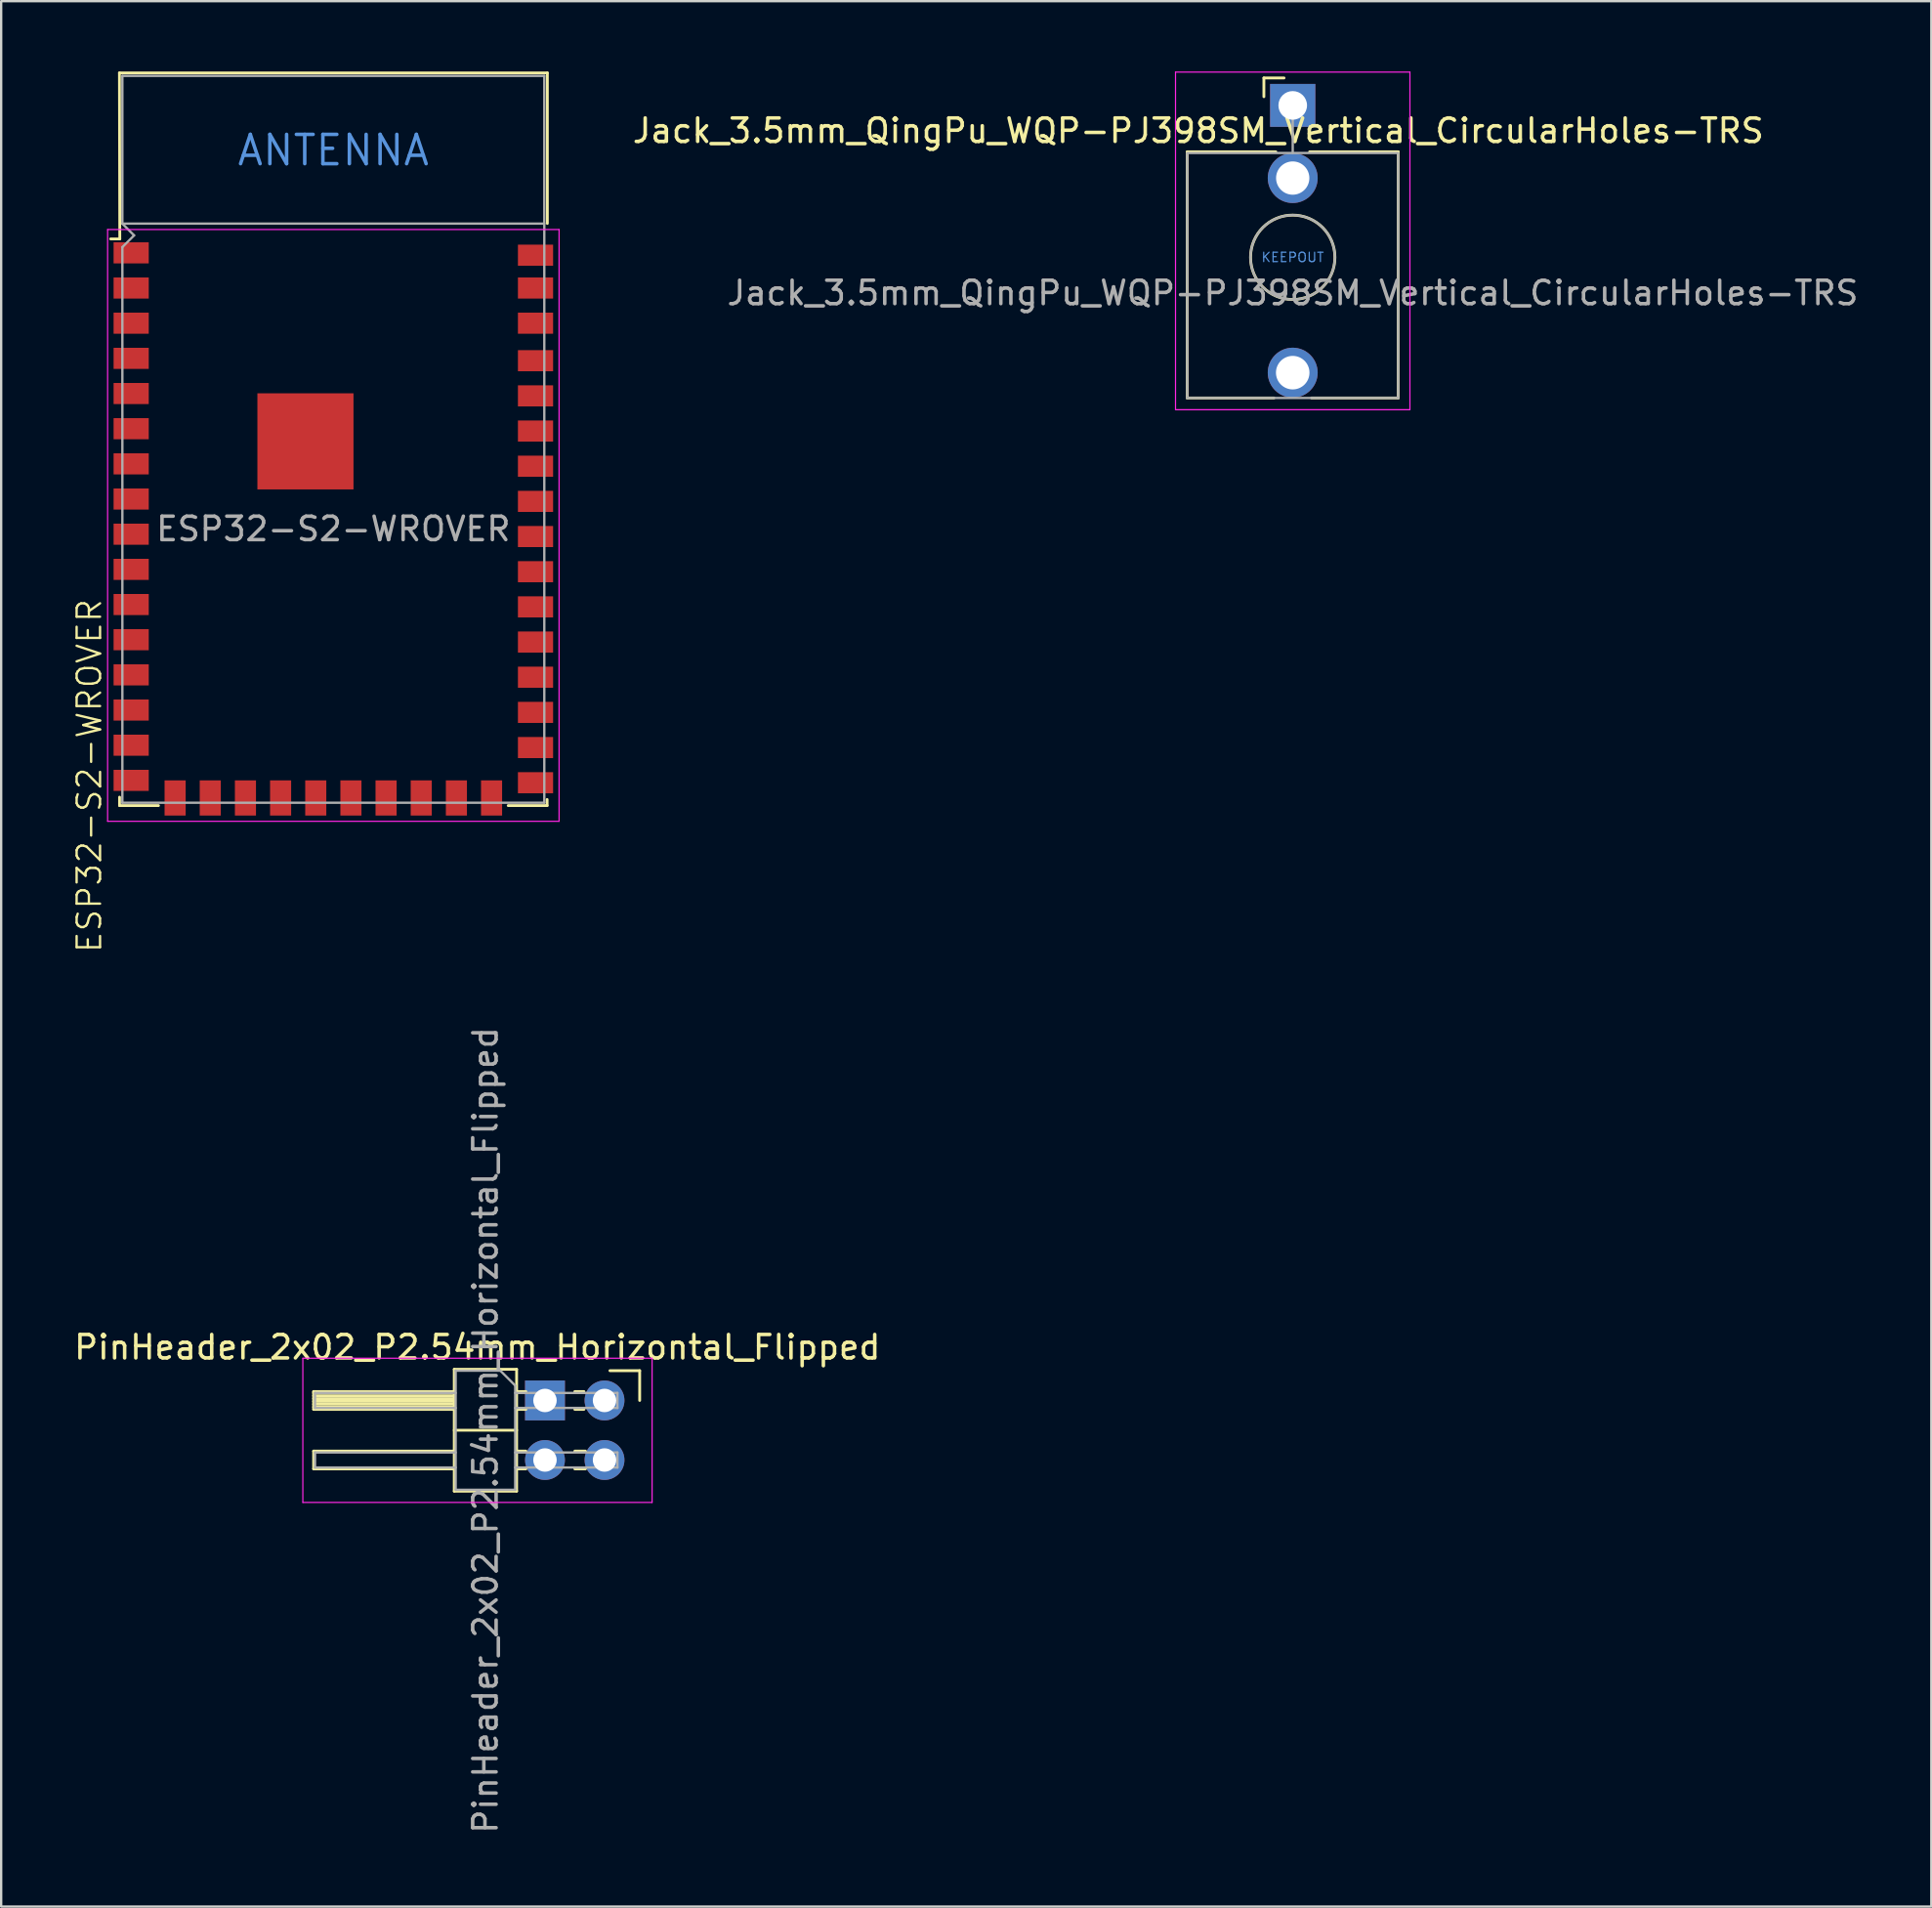
<source format=kicad_pcb>
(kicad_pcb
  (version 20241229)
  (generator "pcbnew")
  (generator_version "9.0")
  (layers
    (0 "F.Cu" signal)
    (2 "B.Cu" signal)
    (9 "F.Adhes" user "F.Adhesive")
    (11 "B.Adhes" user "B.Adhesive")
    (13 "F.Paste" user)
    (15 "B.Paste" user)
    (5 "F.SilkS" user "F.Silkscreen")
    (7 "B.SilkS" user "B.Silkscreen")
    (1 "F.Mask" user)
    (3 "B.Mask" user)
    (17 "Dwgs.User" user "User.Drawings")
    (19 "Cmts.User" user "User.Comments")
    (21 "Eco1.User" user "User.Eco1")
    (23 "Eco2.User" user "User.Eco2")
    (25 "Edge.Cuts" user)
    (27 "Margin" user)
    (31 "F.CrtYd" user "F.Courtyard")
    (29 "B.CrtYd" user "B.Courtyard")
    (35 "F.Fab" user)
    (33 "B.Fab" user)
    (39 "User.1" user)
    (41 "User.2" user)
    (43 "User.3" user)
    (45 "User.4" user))
  (footprint "PinHeader_2x02_P2.54mm_Horizontal_Flipped"
    (layer "F.Cu")
    (at 20.2 56.683)
    (property "Reference" "PinHeader_2x02_P2.54mm_Horizontal_Flipped" (at -2.885 -2.27 180) (layer "F.SilkS") (effects (font (size 1 1) (thickness 0.15))))
    (attr through_hole)
    (fp_line (start -9.87 -0.38) (end -9.87 0.38) (stroke (width 0.12) (type solid)) (layer "F.SilkS"))
    (fp_line (start -9.87 0.38) (end -3.87 0.38) (stroke (width 0.12) (type solid)) (layer "F.SilkS"))
    (fp_line (start -9.87 2.16) (end -9.87 2.92) (stroke (width 0.12) (type solid)) (layer "F.SilkS"))
    (fp_line (start -9.87 2.92) (end -3.87 2.92) (stroke (width 0.12) (type solid)) (layer "F.SilkS"))
    (fp_line (start -3.87 -1.33) (end -1.21 -1.33) (stroke (width 0.12) (type solid)) (layer "F.SilkS"))
    (fp_line (start -3.87 -0.38) (end -9.87 -0.38) (stroke (width 0.12) (type solid)) (layer "F.SilkS"))
    (fp_line (start -3.87 -0.32) (end -9.87 -0.32) (stroke (width 0.12) (type solid)) (layer "F.SilkS"))
    (fp_line (start -3.87 -0.2) (end -9.87 -0.2) (stroke (width 0.12) (type solid)) (layer "F.SilkS"))
    (fp_line (start -3.87 -0.08) (end -9.87 -0.08) (stroke (width 0.12) (type solid)) (layer "F.SilkS"))
    (fp_line (start -3.87 0.04) (end -9.87 0.04) (stroke (width 0.12) (type solid)) (layer "F.SilkS"))
    (fp_line (start -3.87 0.16) (end -9.87 0.16) (stroke (width 0.12) (type solid)) (layer "F.SilkS"))
    (fp_line (start -3.87 0.28) (end -9.87 0.28) (stroke (width 0.12) (type solid)) (layer "F.SilkS"))
    (fp_line (start -3.87 2.16) (end -9.87 2.16) (stroke (width 0.12) (type solid)) (layer "F.SilkS"))
    (fp_line (start -3.87 3.87) (end -3.87 -1.33) (stroke (width 0.12) (type solid)) (layer "F.SilkS"))
    (fp_line (start -1.21 -1.33) (end -1.21 3.87) (stroke (width 0.12) (type solid)) (layer "F.SilkS"))
    (fp_line (start -1.21 1.27) (end -3.87 1.27) (stroke (width 0.12) (type solid)) (layer "F.SilkS"))
    (fp_line (start -1.21 3.87) (end -3.87 3.87) (stroke (width 0.12) (type solid)) (layer "F.SilkS"))
    (fp_line (start -0.813 -0.38) (end -1.21 -0.38) (stroke (width 0.12) (type solid)) (layer "F.SilkS"))
    (fp_line (start -0.813 0.38) (end -1.21 0.38) (stroke (width 0.12) (type solid)) (layer "F.SilkS"))
    (fp_line (start -0.813 2.16) (end -1.21 2.16) (stroke (width 0.12) (type solid)) (layer "F.SilkS"))
    (fp_line (start -0.813 2.92) (end -1.21 2.92) (stroke (width 0.12) (type solid)) (layer "F.SilkS"))
    (fp_line (start 1.66 -0.38) (end 1.273 -0.38) (stroke (width 0.12) (type solid)) (layer "F.SilkS"))
    (fp_line (start 1.66 0.38) (end 1.273 0.38) (stroke (width 0.12) (type solid)) (layer "F.SilkS"))
    (fp_line (start 1.727 2.16) (end 1.273 2.16) (stroke (width 0.12) (type solid)) (layer "F.SilkS"))
    (fp_line (start 1.727 2.92) (end 1.273 2.92) (stroke (width 0.12) (type solid)) (layer "F.SilkS"))
    (fp_line (start 4.04 -1.27) (end 2.77 -1.27) (stroke (width 0.12) (type solid)) (layer "F.SilkS"))
    (fp_line (start 4.04 0) (end 4.04 -1.27) (stroke (width 0.12) (type solid)) (layer "F.SilkS"))
    (fp_line (start -10.33 -1.8) (end 4.57 -1.8) (stroke (width 0.05) (type solid)) (layer "F.CrtYd"))
    (fp_line (start -10.33 4.35) (end -10.33 -1.8) (stroke (width 0.05) (type solid)) (layer "F.CrtYd"))
    (fp_line (start 4.57 -1.8) (end 4.57 4.35) (stroke (width 0.05) (type solid)) (layer "F.CrtYd"))
    (fp_line (start 4.57 4.35) (end -10.33 4.35) (stroke (width 0.05) (type solid)) (layer "F.CrtYd"))
    (fp_line (start -9.81 -0.32) (end -9.81 0.32) (stroke (width 0.1) (type solid)) (layer "F.Fab"))
    (fp_line (start -9.81 2.22) (end -9.81 2.86) (stroke (width 0.1) (type solid)) (layer "F.Fab"))
    (fp_line (start -3.81 -1.27) (end -3.81 3.81) (stroke (width 0.1) (type solid)) (layer "F.Fab"))
    (fp_line (start -3.81 -0.32) (end -9.81 -0.32) (stroke (width 0.1) (type solid)) (layer "F.Fab"))
    (fp_line (start -3.81 0.32) (end -9.81 0.32) (stroke (width 0.1) (type solid)) (layer "F.Fab"))
    (fp_line (start -3.81 2.22) (end -9.81 2.22) (stroke (width 0.1) (type solid)) (layer "F.Fab"))
    (fp_line (start -3.81 2.86) (end -9.81 2.86) (stroke (width 0.1) (type solid)) (layer "F.Fab"))
    (fp_line (start -3.81 3.81) (end -1.27 3.81) (stroke (width 0.1) (type solid)) (layer "F.Fab"))
    (fp_line (start -1.905 -1.27) (end -3.81 -1.27) (stroke (width 0.1) (type solid)) (layer "F.Fab"))
    (fp_line (start -1.27 -0.635) (end -1.905 -1.27) (stroke (width 0.1) (type solid)) (layer "F.Fab"))
    (fp_line (start -1.27 3.81) (end -1.27 -0.635) (stroke (width 0.1) (type solid)) (layer "F.Fab"))
    (fp_line (start 3.09 -0.32) (end -1.27 -0.32) (stroke (width 0.1) (type solid)) (layer "F.Fab"))
    (fp_line (start 3.09 -0.32) (end 3.09 0.32) (stroke (width 0.1) (type solid)) (layer "F.Fab"))
    (fp_line (start 3.09 0.32) (end -1.27 0.32) (stroke (width 0.1) (type solid)) (layer "F.Fab"))
    (fp_line (start 3.09 2.22) (end -1.27 2.22) (stroke (width 0.1) (type solid)) (layer "F.Fab"))
    (fp_line (start 3.09 2.22) (end 3.09 2.86) (stroke (width 0.1) (type solid)) (layer "F.Fab"))
    (fp_line (start 3.09 2.86) (end -1.27 2.86) (stroke (width 0.1) (type solid)) (layer "F.Fab"))
    (fp_text user "${REFERENCE}" (at -2.54 1.27 90) (layer "F.Fab") (effects (font (size 1 1) (thickness 0.15))))
    (pad "1" thru_hole rect (at 0 0) (size 1.7 1.7) (drill 1) (layers "*.Cu" "*.Mask"))
    (pad "2" thru_hole oval (at 2.54 0) (size 1.7 1.7) (drill 1) (layers "*.Cu" "*.Mask"))
    (pad "3" thru_hole oval (at 0 2.54) (size 1.7 1.7) (drill 1) (layers "*.Cu" "*.Mask"))
    (pad "4" thru_hole oval (at 2.54 2.54) (size 1.7 1.7) (drill 1) (layers "*.Cu" "*.Mask")))
  (footprint "Jack_3.5mm_QingPu_WQP-PJ398SM_Vertical_CircularHoles-TRS"
    (layer "F.Cu")
    (at 52.1 1.445)
    (property "Reference" "Jack_3.5mm_QingPu_WQP-PJ398SM_Vertical_CircularHoles-TRS" (at -4.03 1.08 180) (layer "F.SilkS") (effects (font (size 1 1) (thickness 0.15))))
    (attr through_hole)
    (fp_line (start -4.5 1.98) (end -4.5 12.48) (stroke (width 0.12) (type solid)) (layer "F.SilkS"))
    (fp_line (start -1.23 -1.17) (end -1.23 -0.37) (stroke (width 0.12) (type solid)) (layer "F.SilkS"))
    (fp_line (start -1.23 -1.17) (end -0.37 -1.17) (stroke (width 0.12) (type solid)) (layer "F.SilkS"))
    (fp_line (start -0.8 12.48) (end -4.5 12.48) (stroke (width 0.12) (type solid)) (layer "F.SilkS"))
    (fp_line (start -0.72 1.98) (end -4.5 1.98) (stroke (width 0.12) (type solid)) (layer "F.SilkS"))
    (fp_line (start 4.5 1.98) (end 0.72 1.98) (stroke (width 0.12) (type solid)) (layer "F.SilkS"))
    (fp_line (start 4.5 1.98) (end 4.5 12.48) (stroke (width 0.12) (type solid)) (layer "F.SilkS"))
    (fp_line (start 4.5 12.48) (end 0.8 12.48) (stroke (width 0.12) (type solid)) (layer "F.SilkS"))
    (fp_circle (center 0 6.48) (end 1.8 6.48) (stroke (width 0.12) (type solid)) (fill no) (layer "F.SilkS"))
    (fp_line (start -5 12.98) (end -5 -1.42) (stroke (width 0.05) (type solid)) (layer "F.CrtYd"))
    (fp_line (start 5 -1.42) (end -5 -1.42) (stroke (width 0.05) (type solid)) (layer "F.CrtYd"))
    (fp_line (start 5 12.98) (end -5 12.98) (stroke (width 0.05) (type solid)) (layer "F.CrtYd"))
    (fp_line (start 5 12.98) (end 5 -1.42) (stroke (width 0.05) (type solid)) (layer "F.CrtYd"))
    (fp_line (start -4.5 12.48) (end -4.5 2.08) (stroke (width 0.1) (type solid)) (layer "F.Fab"))
    (fp_line (start 0 0) (end 0 2.03) (stroke (width 0.1) (type solid)) (layer "F.Fab"))
    (fp_line (start 4.5 2.03) (end -4.5 2.03) (stroke (width 0.1) (type solid)) (layer "F.Fab"))
    (fp_line (start 4.5 12.48) (end -4.5 12.48) (stroke (width 0.1) (type solid)) (layer "F.Fab"))
    (fp_line (start 4.5 12.48) (end 4.5 2.08) (stroke (width 0.1) (type solid)) (layer "F.Fab"))
    (fp_circle (center 0 6.48) (end 1.8 6.48) (stroke (width 0.1) (type solid)) (fill no) (layer "F.Fab"))
    (fp_text user "KEEPOUT" (at 0 6.48 0) (layer "Cmts.User") (effects (font (size 0.4 0.4) (thickness 0.051))))
    (fp_text user "${REFERENCE}" (at 0 8 180) (layer "F.Fab") (effects (font (size 1 1) (thickness 0.15))))
    (pad "R" thru_hole circle (at 0 3.1 180) (size 2.13 2.13) (drill 1.42) (layers "*.Cu" "*.Mask"))
    (pad "S" thru_hole rect (at 0 0 180) (size 1.93 1.83) (drill 1.22) (layers "*.Cu" "*.Mask"))
    (pad "T" thru_hole circle (at 0 11.4 180) (size 2.13 2.13) (drill 1.43) (layers "*.Cu" "*.Mask"))
    (zone (net_name "") (layer "F.Cu") (hatch full 0.508) (connect_pads) (min_thickness 0.254) (filled_areas_thickness no) (keepout (tracks not_allowed) (vias not_allowed) (pads not_allowed) (copperpour not_allowed) (footprints not_allowed)) (placement (enabled no)) (fill) (polygon (pts (xy 53.605 7.925) (xy 53.584 7.679) (xy 53.524 7.44) (xy 53.426 7.214) (xy 53.292 7.007) (xy 53.126 6.824) (xy 52.932 6.671) (xy 52.717 6.552) (xy 52.484 6.47) (xy 52.241 6.427) (xy 51.995 6.424) (xy 51.751 6.461) (xy 51.516 6.537) (xy 51.297 6.651) (xy 51.1 6.799) (xy 50.93 6.978) (xy 50.791 7.182) (xy 50.687 7.405) (xy 50.621 7.643) (xy 50.595 7.888) (xy 50.609 8.134) (xy 50.663 8.375) (xy 50.756 8.604) (xy 50.885 8.814) (xy 51.046 9) (xy 51.236 9.158) (xy 51.449 9.282) (xy 51.68 9.37) (xy 51.921 9.42) (xy 52.168 9.429) (xy 52.412 9.397) (xy 52.649 9.326) (xy 52.87 9.218) (xy 53.071 9.075) (xy 53.246 8.901) (xy 53.39 8.7) (xy 53.499 8.479) (xy 53.571 8.243) (xy 53.603 7.999)))))
  (footprint "ESP32-S2-WROVER"
    (layer "F.Cu")
    (at 11.171 19.51)
    (property "Reference" "ESP32-S2-WROVER" (at -10.41 10.53 90) (layer "F.SilkS") (effects (font (size 1 1) (thickness 0.1))))
    (attr smd)
    (fp_line (start -9.125 -19.45) (end 9.13 -19.45) (stroke (width 0.12) (type solid)) (layer "F.SilkS"))
    (fp_line (start -9.12 11.44) (end -9.12 11.8) (stroke (width 0.12) (type solid)) (layer "F.SilkS"))
    (fp_line (start -9.12 11.8) (end -7.46 11.8) (stroke (width 0.12) (type solid)) (layer "F.SilkS"))
    (fp_line (start -9.11 -12.37) (end -9.5 -12.37) (stroke (width 0.12) (type solid)) (layer "F.SilkS"))
    (fp_line (start -9.11 -12.37) (end -9.125 -19.45) (stroke (width 0.12) (type solid)) (layer "F.SilkS"))
    (fp_line (start 9.12 11.54) (end 9.12 11.8) (stroke (width 0.12) (type solid)) (layer "F.SilkS"))
    (fp_line (start 9.12 11.8) (end 7.46 11.8) (stroke (width 0.12) (type solid)) (layer "F.SilkS"))
    (fp_line (start 9.13 -13.03) (end 9.13 -19.45) (stroke (width 0.12) (type solid)) (layer "F.SilkS"))
    (fp_line (start -9.63 -12.77) (end -9.63 12.47) (stroke (width 0.05) (type solid)) (layer "F.CrtYd"))
    (fp_line (start -9.63 12.47) (end 9.63 12.47) (stroke (width 0.05) (type solid)) (layer "F.CrtYd"))
    (fp_line (start 9.63 -12.77) (end -9.63 -12.77) (stroke (width 0.05) (type solid)) (layer "F.CrtYd"))
    (fp_line (start 9.63 12.47) (end 9.63 -12.77) (stroke (width 0.05) (type solid)) (layer "F.CrtYd"))
    (fp_line (start -9 -19.323) (end 9 -19.323) (stroke (width 0.1) (type solid)) (layer "F.Fab"))
    (fp_line (start -9 -19.32) (end -9 -13.02) (stroke (width 0.1) (type solid)) (layer "F.Fab"))
    (fp_line (start -9 -12.02) (end -9 11.68) (stroke (width 0.1) (type solid)) (layer "F.Fab"))
    (fp_line (start -9 -12.02) (end -8.5 -12.52) (stroke (width 0.1) (type solid)) (layer "F.Fab"))
    (fp_line (start -9 11.68) (end 9 11.68) (stroke (width 0.1) (type solid)) (layer "F.Fab"))
    (fp_line (start -8.5 -12.52) (end -9 -13.02) (stroke (width 0.1) (type solid)) (layer "F.Fab"))
    (fp_line (start 9 -19.32) (end 9 11.68) (stroke (width 0.1) (type solid)) (layer "F.Fab"))
    (fp_line (start 9 -13.023) (end -9 -13.023) (stroke (width 0.1) (type solid)) (layer "F.Fab"))
    (fp_text user "ANTENNA" (at 0 -16.15 180) (layer "Cmts.User") (effects (font (size 1.25 1.25) (thickness 0.15))))
    (fp_text user "${REFERENCE}" (at 0 0 180) (layer "F.Fab") (effects (font (size 1 1) (thickness 0.15))))
    (pad "1" smd rect (at -8.625 -11.775) (size 1.5 0.9) (layers "F.Cu" "F.Mask" "F.Paste"))
    (pad "2" smd rect (at -8.625 -10.275) (size 1.5 0.9) (layers "F.Cu" "F.Mask" "F.Paste"))
    (pad "3" smd rect (at -8.625 -8.775) (size 1.5 0.9) (layers "F.Cu" "F.Mask" "F.Paste"))
    (pad "4" smd rect (at -8.625 -7.275) (size 1.5 0.9) (layers "F.Cu" "F.Mask" "F.Paste"))
    (pad "5" smd rect (at -8.625 -5.775) (size 1.5 0.9) (layers "F.Cu" "F.Mask" "F.Paste"))
    (pad "6" smd rect (at -8.625 -4.275) (size 1.5 0.9) (layers "F.Cu" "F.Mask" "F.Paste"))
    (pad "7" smd rect (at -8.625 -2.775) (size 1.5 0.9) (layers "F.Cu" "F.Mask" "F.Paste"))
    (pad "8" smd rect (at -8.625 -1.275) (size 1.5 0.9) (layers "F.Cu" "F.Mask" "F.Paste"))
    (pad "9" smd rect (at -8.625 0.225) (size 1.5 0.9) (layers "F.Cu" "F.Mask" "F.Paste"))
    (pad "10" smd rect (at -8.625 1.725) (size 1.5 0.9) (layers "F.Cu" "F.Mask" "F.Paste"))
    (pad "11" smd rect (at -8.625 3.225) (size 1.5 0.9) (layers "F.Cu" "F.Mask" "F.Paste"))
    (pad "12" smd rect (at -8.625 4.725) (size 1.5 0.9) (layers "F.Cu" "F.Mask" "F.Paste"))
    (pad "13" smd rect (at -8.625 6.225) (size 1.5 0.9) (layers "F.Cu" "F.Mask" "F.Paste"))
    (pad "14" smd rect (at -8.625 7.725) (size 1.5 0.9) (layers "F.Cu" "F.Mask" "F.Paste"))
    (pad "15" smd rect (at -8.625 9.225 180) (size 1.5 0.9) (layers "F.Cu" "F.Mask" "F.Paste"))
    (pad "16" smd rect (at -8.625 10.725 180) (size 1.5 0.9) (layers "F.Cu" "F.Mask" "F.Paste"))
    (pad "17" smd rect (at -6.75 11.475) (size 0.9 1.5) (layers "F.Cu" "F.Mask" "F.Paste"))
    (pad "18" smd rect (at -5.25 11.475) (size 0.9 1.5) (layers "F.Cu" "F.Mask" "F.Paste"))
    (pad "19" smd rect (at -3.75 11.475) (size 0.9 1.5) (layers "F.Cu" "F.Mask" "F.Paste"))
    (pad "20" smd rect (at -2.25 11.475) (size 0.9 1.5) (layers "F.Cu" "F.Mask" "F.Paste"))
    (pad "21" smd rect (at -0.75 11.475) (size 0.9 1.5) (layers "F.Cu" "F.Mask" "F.Paste"))
    (pad "22" smd rect (at 0.75 11.475) (size 0.9 1.5) (layers "F.Cu" "F.Mask" "F.Paste"))
    (pad "23" smd rect (at 2.25 11.475) (size 0.9 1.5) (layers "F.Cu" "F.Mask" "F.Paste"))
    (pad "24" smd rect (at 3.75 11.475) (size 0.9 1.5) (layers "F.Cu" "F.Mask" "F.Paste"))
    (pad "25" smd rect (at 5.25 11.475) (size 0.9 1.5) (layers "F.Cu" "F.Mask" "F.Paste"))
    (pad "26" smd rect (at 6.75 11.475) (size 0.9 1.5) (layers "F.Cu" "F.Mask" "F.Paste"))
    (pad "27" smd rect (at 8.625 10.825) (size 1.5 0.9) (layers "F.Cu" "F.Mask" "F.Paste"))
    (pad "28" smd rect (at 8.625 9.325) (size 1.5 0.9) (layers "F.Cu" "F.Mask" "F.Paste"))
    (pad "29" smd rect (at 8.625 7.825) (size 1.5 0.9) (layers "F.Cu" "F.Mask" "F.Paste"))
    (pad "30" smd rect (at 8.625 6.325) (size 1.5 0.9) (layers "F.Cu" "F.Mask" "F.Paste"))
    (pad "31" smd rect (at 8.625 4.825) (size 1.5 0.9) (layers "F.Cu" "F.Mask" "F.Paste"))
    (pad "32" smd rect (at 8.625 3.325) (size 1.5 0.9) (layers "F.Cu" "F.Mask" "F.Paste"))
    (pad "33" smd rect (at 8.625 1.825) (size 1.5 0.9) (layers "F.Cu" "F.Mask" "F.Paste"))
    (pad "34" smd rect (at 8.625 0.325) (size 1.5 0.9) (layers "F.Cu" "F.Mask" "F.Paste"))
    (pad "35" smd rect (at 8.625 -1.175) (size 1.5 0.9) (layers "F.Cu" "F.Mask" "F.Paste"))
    (pad "36" smd rect (at 8.625 -2.675) (size 1.5 0.9) (layers "F.Cu" "F.Mask" "F.Paste"))
    (pad "37" smd rect (at 8.625 -4.175) (size 1.5 0.9) (layers "F.Cu" "F.Mask" "F.Paste"))
    (pad "38" smd rect (at 8.625 -5.675) (size 1.5 0.9) (layers "F.Cu" "F.Mask" "F.Paste"))
    (pad "39" smd rect (at 8.625 -7.175) (size 1.5 0.9) (layers "F.Cu" "F.Mask" "F.Paste"))
    (pad "40" smd rect (at 8.625 -8.775) (size 1.5 0.9) (layers "F.Cu" "F.Mask" "F.Paste"))
    (pad "41" smd rect (at 8.625 -10.275) (size 1.5 0.9) (layers "F.Cu" "F.Mask" "F.Paste"))
    (pad "42" smd rect (at 8.625 -11.675) (size 1.5 0.9) (layers "F.Cu" "F.Mask" "F.Paste"))
    (pad "43" smd rect (at -1.19 -3.735) (size 4.1 4.1) (layers "F.Cu" "F.Mask" "F.Paste")))
  (gr_rect
    (start -3 -3)
    (end 79.344 78.269)
    (stroke (width 0.1) (type default))
    (fill no)
    (layer "Edge.Cuts")))
</source>
